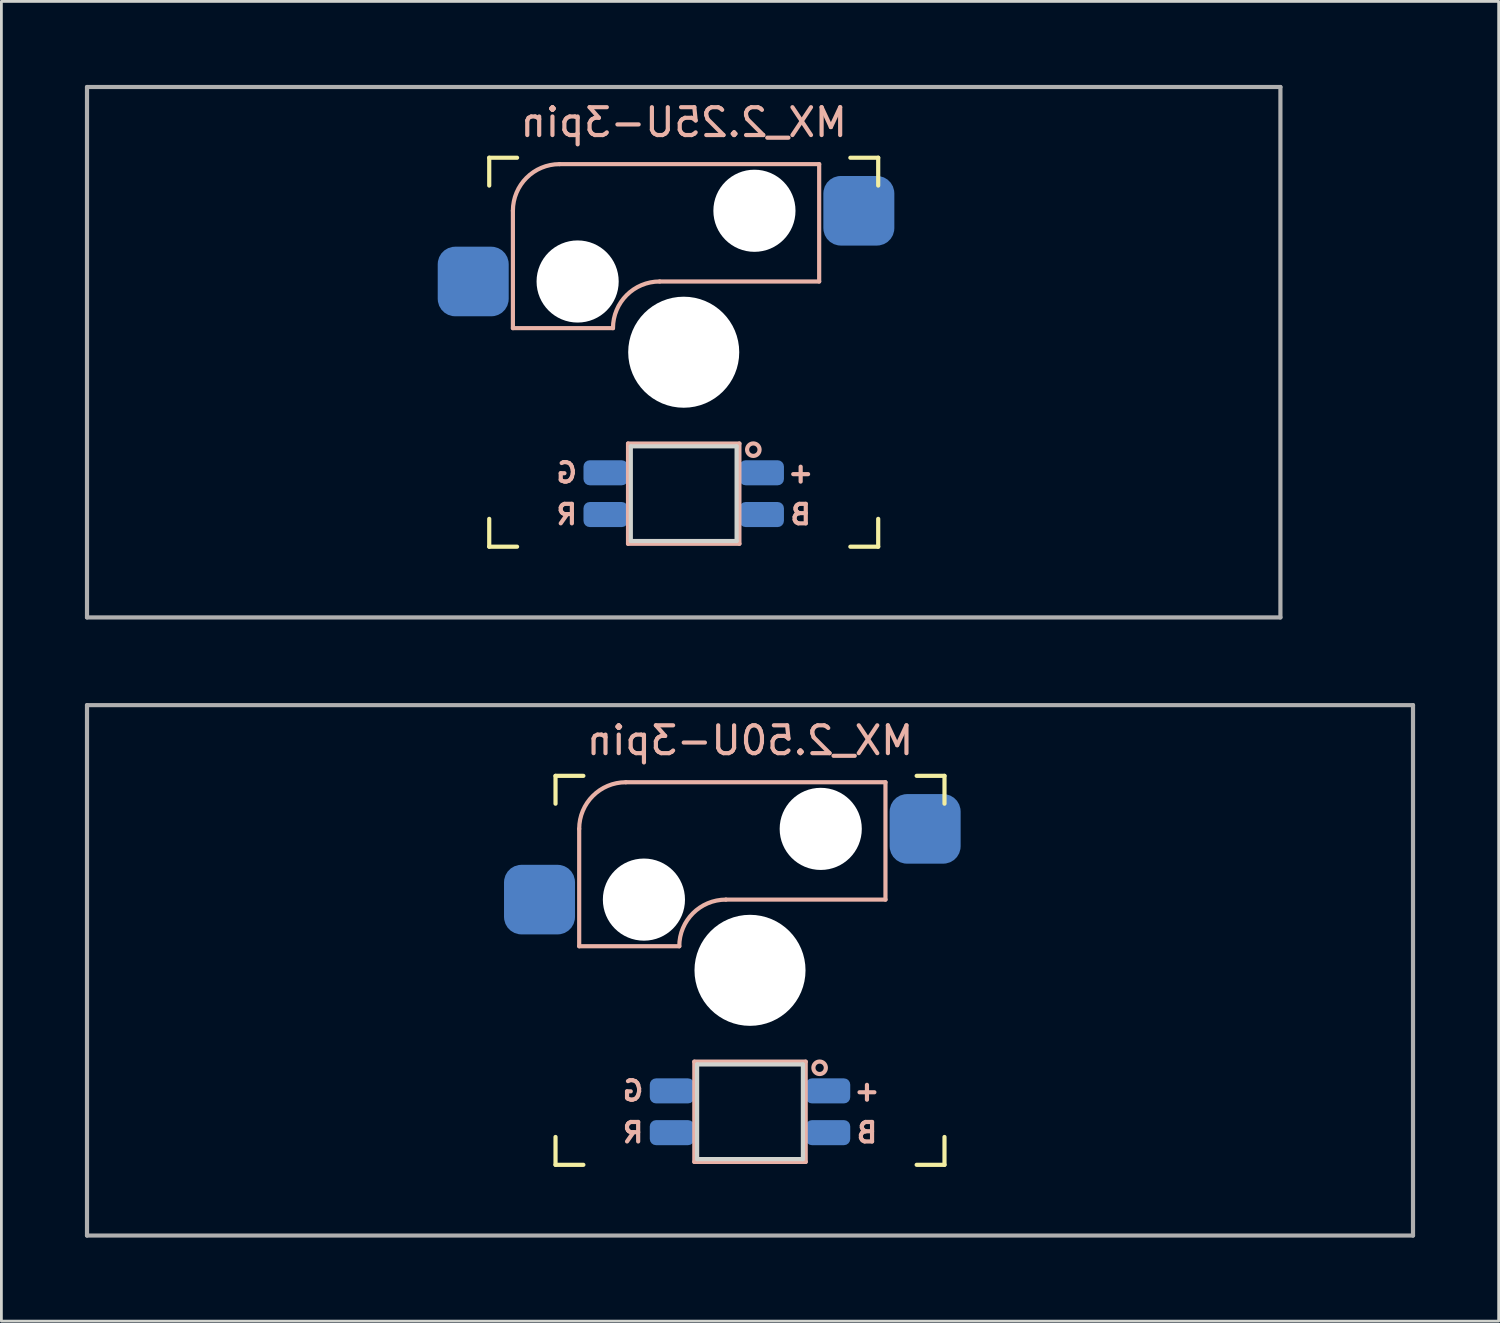
<source format=kicad_pcb>
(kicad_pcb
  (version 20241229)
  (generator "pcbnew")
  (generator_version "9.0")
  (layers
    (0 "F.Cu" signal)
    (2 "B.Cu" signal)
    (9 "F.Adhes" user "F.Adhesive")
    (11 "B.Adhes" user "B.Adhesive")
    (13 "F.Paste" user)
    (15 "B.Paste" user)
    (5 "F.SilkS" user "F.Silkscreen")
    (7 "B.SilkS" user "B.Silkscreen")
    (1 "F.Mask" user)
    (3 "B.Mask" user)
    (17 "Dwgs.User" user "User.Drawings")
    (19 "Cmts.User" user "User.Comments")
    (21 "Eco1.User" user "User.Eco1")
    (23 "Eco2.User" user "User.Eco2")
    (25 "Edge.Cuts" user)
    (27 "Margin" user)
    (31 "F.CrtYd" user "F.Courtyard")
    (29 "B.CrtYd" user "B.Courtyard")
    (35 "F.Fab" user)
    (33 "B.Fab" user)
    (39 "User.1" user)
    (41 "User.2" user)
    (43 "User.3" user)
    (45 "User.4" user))
  (footprint "MX_2.25U-3pin"
    (layer "F.Cu")
    (at 21.506 9.6)
    (property "Reference" "MX_2.25U-3pin" (at 0 -8.255 0) (layer "B.SilkS") (effects (font (size 1 1) (thickness 0.15)) (justify mirror)))
    (attr smd)
    (fp_line (start -6.985 -5.985) (end -6.985 -6.985) (stroke (width 0.15) (type solid)) (layer "F.SilkS"))
    (fp_line (start -6.985 6.985) (end -6.985 5.985) (stroke (width 0.15) (type solid)) (layer "F.SilkS"))
    (fp_line (start -6.985 6.985) (end -5.985 6.985) (stroke (width 0.15) (type solid)) (layer "F.SilkS"))
    (fp_line (start -5.985 -6.985) (end -6.985 -6.985) (stroke (width 0.15) (type solid)) (layer "F.SilkS"))
    (fp_line (start 5.985 6.985) (end 6.985 6.985) (stroke (width 0.15) (type solid)) (layer "F.SilkS"))
    (fp_line (start 6.985 -6.985) (end 5.985 -6.985) (stroke (width 0.15) (type solid)) (layer "F.SilkS"))
    (fp_line (start 6.985 -6.985) (end 6.985 -5.985) (stroke (width 0.15) (type solid)) (layer "F.SilkS"))
    (fp_line (start 6.985 5.985) (end 6.985 6.985) (stroke (width 0.15) (type solid)) (layer "F.SilkS"))
    (fp_line (start -6.135 -5.08) (end -6.135 -0.865) (stroke (width 0.15) (type solid)) (layer "B.SilkS"))
    (fp_line (start -6.135 -0.865) (end -2.54 -0.865) (stroke (width 0.15) (type solid)) (layer "B.SilkS"))
    (fp_line (start -4.46 -6.755) (end 4.865 -6.755) (stroke (width 0.15) (type solid)) (layer "B.SilkS"))
    (fp_line (start -2 3.28) (end -2 6.88) (stroke (width 0.15) (type solid)) (layer "B.SilkS"))
    (fp_line (start -2 6.88) (end 2 6.88) (stroke (width 0.15) (type solid)) (layer "B.SilkS"))
    (fp_line (start -0.865 -2.54) (end 4.865 -2.54) (stroke (width 0.15) (type solid)) (layer "B.SilkS"))
    (fp_line (start 2 3.28) (end -2 3.28) (stroke (width 0.15) (type solid)) (layer "B.SilkS"))
    (fp_line (start 2 6.88) (end 2 3.28) (stroke (width 0.15) (type solid)) (layer "B.SilkS"))
    (fp_line (start 4.865 -6.755) (end 4.865 -2.54) (stroke (width 0.15) (type solid)) (layer "B.SilkS"))
    (fp_arc (start -6.135 -5.08) (mid -5.644404 -6.264404) (end -4.46 -6.755) (stroke (width 0.15) (type solid)) (layer "B.SilkS"))
    (fp_arc (start -2.54 -0.865) (mid -2.049404 -2.049404) (end -0.865 -2.54) (stroke (width 0.15) (type solid)) (layer "B.SilkS"))
    (fp_circle (center 2.5 3.5) (end 2.724 3.5) (stroke (width 0.15) (type solid)) (fill no) (layer "B.SilkS"))
    (fp_line (start -6.985 6.985) (end -6.985 -6.985) (stroke (width 0.15) (type solid)) (layer "Eco2.User"))
    (fp_line (start -6.985 6.985) (end 6.985 6.985) (stroke (width 0.15) (type solid)) (layer "Eco2.User"))
    (fp_line (start 6.985 -6.985) (end -6.985 -6.985) (stroke (width 0.15) (type solid)) (layer "Eco2.User"))
    (fp_line (start 6.985 -6.985) (end 6.985 6.985) (stroke (width 0.15) (type solid)) (layer "Eco2.User"))
    (fp_line (start -1.9 3.38) (end -1.9 6.78) (stroke (width 0.15) (type solid)) (layer "Edge.Cuts"))
    (fp_line (start -1.9 3.38) (end 1.9 3.38) (stroke (width 0.15) (type solid)) (layer "Edge.Cuts"))
    (fp_line (start -1.9 6.78) (end 1.9 6.78) (stroke (width 0.15) (type solid)) (layer "Edge.Cuts"))
    (fp_line (start 1.9 3.38) (end 1.9 6.78) (stroke (width 0.15) (type solid)) (layer "Edge.Cuts"))
    (fp_line (start -21.431 -9.525) (end 21.431 -9.525) (stroke (width 0.15) (type solid)) (layer "F.Fab"))
    (fp_line (start -21.431 9.525) (end -21.431 -9.525) (stroke (width 0.15) (type solid)) (layer "F.Fab"))
    (fp_line (start 21.431 -9.525) (end 21.431 9.525) (stroke (width 0.15) (type solid)) (layer "F.Fab"))
    (fp_line (start 21.431 9.525) (end -21.431 9.525) (stroke (width 0.15) (type solid)) (layer "F.Fab"))
    (fp_text user "R" (at -4.2 5.83 0) (layer "B.SilkS") (effects (font (size 0.7 0.7) (thickness 0.15)) (justify mirror)))
    (fp_text user "+" (at 4.2 4.33 0) (layer "B.SilkS") (effects (font (size 0.7 0.7) (thickness 0.15)) (justify mirror)))
    (fp_text user "B" (at 4.2 5.83 0) (layer "B.SilkS") (effects (font (size 0.7 0.7) (thickness 0.15)) (justify mirror)))
    (fp_text user "G" (at -4.2 4.33 0) (layer "B.SilkS") (effects (font (size 0.7 0.7) (thickness 0.15)) (justify mirror)))
    (pad "" np_thru_hole circle (at -3.81 -2.54) (size 2.95 2.95) (drill 2.95) (layers "*.Cu" "*.Mask"))
    (pad "" np_thru_hole circle (at 0 0) (size 3.988 3.988) (drill 3.988) (layers "*.Cu" "*.Mask"))
    (pad "" np_thru_hole circle (at 2.54 -5.08) (size 2.95 2.95) (drill 2.95) (layers "*.Cu" "*.Mask"))
    (pad "1" smd roundrect (at 6.29 -5.08) (size 2.55 2.5) (layers "B.Cu" "B.Mask" "B.Paste") (roundrect_rratio 0.25))
    (pad "2" smd roundrect (at -7.56 -2.54) (size 2.55 2.5) (layers "B.Cu" "B.Mask" "B.Paste") (roundrect_rratio 0.25))
    (pad "3" smd roundrect (at 2.8 4.33) (size 1.6 0.9) (layers "B.Cu" "B.Mask" "B.Paste") (roundrect_rratio 0.25))
    (pad "4" smd roundrect (at -2.8 5.83) (size 1.6 0.9) (layers "B.Cu" "B.Mask" "B.Paste") (roundrect_rratio 0.25))
    (pad "5" smd roundrect (at -2.8 4.33) (size 1.6 0.9) (layers "B.Cu" "B.Mask" "B.Paste") (roundrect_rratio 0.25))
    (pad "6" smd roundrect (at 2.8 5.83) (size 1.6 0.9) (layers "B.Cu" "B.Mask" "B.Paste") (roundrect_rratio 0.25)))
  (footprint "MX_2.50U-3pin"
    (layer "F.Cu")
    (at 23.887 31.8)
    (property "Reference" "MX_2.50U-3pin" (at 0 -8.255 0) (layer "B.SilkS") (effects (font (size 1 1) (thickness 0.15)) (justify mirror)))
    (attr smd)
    (fp_line (start -6.985 -5.985) (end -6.985 -6.985) (stroke (width 0.15) (type solid)) (layer "F.SilkS"))
    (fp_line (start -6.985 6.985) (end -6.985 5.985) (stroke (width 0.15) (type solid)) (layer "F.SilkS"))
    (fp_line (start -6.985 6.985) (end -5.985 6.985) (stroke (width 0.15) (type solid)) (layer "F.SilkS"))
    (fp_line (start -5.985 -6.985) (end -6.985 -6.985) (stroke (width 0.15) (type solid)) (layer "F.SilkS"))
    (fp_line (start 5.985 6.985) (end 6.985 6.985) (stroke (width 0.15) (type solid)) (layer "F.SilkS"))
    (fp_line (start 6.985 -6.985) (end 5.985 -6.985) (stroke (width 0.15) (type solid)) (layer "F.SilkS"))
    (fp_line (start 6.985 -6.985) (end 6.985 -5.985) (stroke (width 0.15) (type solid)) (layer "F.SilkS"))
    (fp_line (start 6.985 5.985) (end 6.985 6.985) (stroke (width 0.15) (type solid)) (layer "F.SilkS"))
    (fp_line (start -6.135 -5.08) (end -6.135 -0.865) (stroke (width 0.15) (type solid)) (layer "B.SilkS"))
    (fp_line (start -6.135 -0.865) (end -2.54 -0.865) (stroke (width 0.15) (type solid)) (layer "B.SilkS"))
    (fp_line (start -4.46 -6.755) (end 4.865 -6.755) (stroke (width 0.15) (type solid)) (layer "B.SilkS"))
    (fp_line (start -2 3.28) (end -2 6.88) (stroke (width 0.15) (type solid)) (layer "B.SilkS"))
    (fp_line (start -2 6.88) (end 2 6.88) (stroke (width 0.15) (type solid)) (layer "B.SilkS"))
    (fp_line (start -0.865 -2.54) (end 4.865 -2.54) (stroke (width 0.15) (type solid)) (layer "B.SilkS"))
    (fp_line (start 2 3.28) (end -2 3.28) (stroke (width 0.15) (type solid)) (layer "B.SilkS"))
    (fp_line (start 2 6.88) (end 2 3.28) (stroke (width 0.15) (type solid)) (layer "B.SilkS"))
    (fp_line (start 4.865 -6.755) (end 4.865 -2.54) (stroke (width 0.15) (type solid)) (layer "B.SilkS"))
    (fp_arc (start -6.135 -5.08) (mid -5.644404 -6.264404) (end -4.46 -6.755) (stroke (width 0.15) (type solid)) (layer "B.SilkS"))
    (fp_arc (start -2.54 -0.865) (mid -2.049404 -2.049404) (end -0.865 -2.54) (stroke (width 0.15) (type solid)) (layer "B.SilkS"))
    (fp_circle (center 2.5 3.5) (end 2.724 3.5) (stroke (width 0.15) (type solid)) (fill no) (layer "B.SilkS"))
    (fp_line (start -6.985 6.985) (end -6.985 -6.985) (stroke (width 0.15) (type solid)) (layer "Eco2.User"))
    (fp_line (start -6.985 6.985) (end 6.985 6.985) (stroke (width 0.15) (type solid)) (layer "Eco2.User"))
    (fp_line (start 6.985 -6.985) (end -6.985 -6.985) (stroke (width 0.15) (type solid)) (layer "Eco2.User"))
    (fp_line (start 6.985 -6.985) (end 6.985 6.985) (stroke (width 0.15) (type solid)) (layer "Eco2.User"))
    (fp_line (start -1.9 3.38) (end -1.9 6.78) (stroke (width 0.15) (type solid)) (layer "Edge.Cuts"))
    (fp_line (start -1.9 3.38) (end 1.9 3.38) (stroke (width 0.15) (type solid)) (layer "Edge.Cuts"))
    (fp_line (start -1.9 6.78) (end 1.9 6.78) (stroke (width 0.15) (type solid)) (layer "Edge.Cuts"))
    (fp_line (start 1.9 3.38) (end 1.9 6.78) (stroke (width 0.15) (type solid)) (layer "Edge.Cuts"))
    (fp_line (start -23.812 -9.525) (end 23.812 -9.525) (stroke (width 0.15) (type solid)) (layer "F.Fab"))
    (fp_line (start -23.812 9.525) (end -23.812 -9.525) (stroke (width 0.15) (type solid)) (layer "F.Fab"))
    (fp_line (start 23.812 -9.525) (end 23.812 9.525) (stroke (width 0.15) (type solid)) (layer "F.Fab"))
    (fp_line (start 23.812 9.525) (end -23.812 9.525) (stroke (width 0.15) (type solid)) (layer "F.Fab"))
    (fp_text user "R" (at -4.2 5.83 0) (layer "B.SilkS") (effects (font (size 0.7 0.7) (thickness 0.15)) (justify mirror)))
    (fp_text user "+" (at 4.2 4.33 0) (layer "B.SilkS") (effects (font (size 0.7 0.7) (thickness 0.15)) (justify mirror)))
    (fp_text user "B" (at 4.2 5.83 0) (layer "B.SilkS") (effects (font (size 0.7 0.7) (thickness 0.15)) (justify mirror)))
    (fp_text user "G" (at -4.2 4.33 0) (layer "B.SilkS") (effects (font (size 0.7 0.7) (thickness 0.15)) (justify mirror)))
    (pad "" np_thru_hole circle (at -3.81 -2.54) (size 2.95 2.95) (drill 2.95) (layers "*.Cu" "*.Mask"))
    (pad "" np_thru_hole circle (at 0 0) (size 3.988 3.988) (drill 3.988) (layers "*.Cu" "*.Mask"))
    (pad "" np_thru_hole circle (at 2.54 -5.08) (size 2.95 2.95) (drill 2.95) (layers "*.Cu" "*.Mask"))
    (pad "1" smd roundrect (at 6.29 -5.08) (size 2.55 2.5) (layers "B.Cu" "B.Mask" "B.Paste") (roundrect_rratio 0.25))
    (pad "2" smd roundrect (at -7.56 -2.54) (size 2.55 2.5) (layers "B.Cu" "B.Mask" "B.Paste") (roundrect_rratio 0.25))
    (pad "3" smd roundrect (at 2.8 4.33) (size 1.6 0.9) (layers "B.Cu" "B.Mask" "B.Paste") (roundrect_rratio 0.25))
    (pad "4" smd roundrect (at -2.8 5.83) (size 1.6 0.9) (layers "B.Cu" "B.Mask" "B.Paste") (roundrect_rratio 0.25))
    (pad "5" smd roundrect (at -2.8 4.33) (size 1.6 0.9) (layers "B.Cu" "B.Mask" "B.Paste") (roundrect_rratio 0.25))
    (pad "6" smd roundrect (at 2.8 5.83) (size 1.6 0.9) (layers "B.Cu" "B.Mask" "B.Paste") (roundrect_rratio 0.25)))
  (gr_rect
    (start -3 -3)
    (end 50.775 44.4)
    (stroke (width 0.1) (type default))
    (fill no)
    (layer "Edge.Cuts")))
</source>
